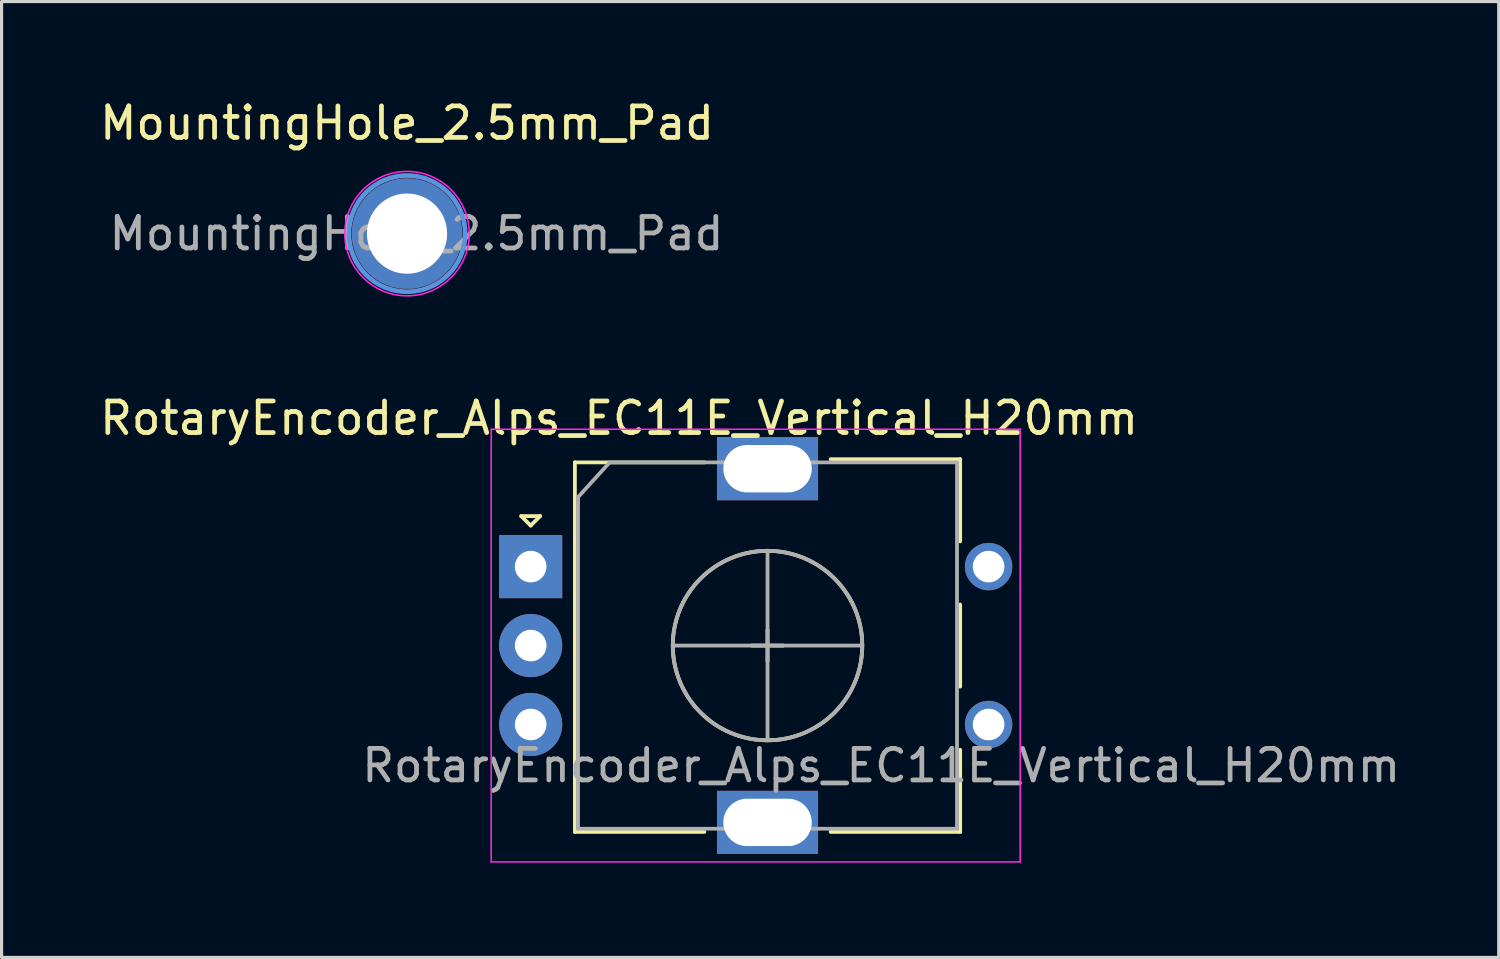
<source format=kicad_pcb>
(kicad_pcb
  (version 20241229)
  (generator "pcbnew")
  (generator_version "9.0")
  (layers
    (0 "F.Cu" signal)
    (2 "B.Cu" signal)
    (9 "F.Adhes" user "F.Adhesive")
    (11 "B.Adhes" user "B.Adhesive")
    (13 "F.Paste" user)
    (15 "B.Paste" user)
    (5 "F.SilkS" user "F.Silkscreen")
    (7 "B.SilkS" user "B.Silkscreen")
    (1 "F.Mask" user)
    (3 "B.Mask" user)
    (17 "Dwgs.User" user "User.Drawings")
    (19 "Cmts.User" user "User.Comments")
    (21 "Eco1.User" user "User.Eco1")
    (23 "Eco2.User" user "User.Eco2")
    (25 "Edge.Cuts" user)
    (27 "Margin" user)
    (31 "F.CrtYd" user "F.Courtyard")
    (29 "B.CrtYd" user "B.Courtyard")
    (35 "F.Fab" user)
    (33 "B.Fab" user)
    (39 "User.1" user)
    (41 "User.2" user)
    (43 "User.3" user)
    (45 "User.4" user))
  (footprint "MountingHole_2.5mm_Pad"
    (layer "F.Cu")
    (at 9.839 4.348)
    (property "Reference" "MountingHole_2.5mm_Pad" (at 0 -3.5 0) (layer "F.SilkS") (effects (font (size 1 1) (thickness 0.15))))
    (attr exclude_from_pos_files exclude_from_bom)
    (fp_circle (center 0 0) (end 1.84 0.03) (stroke (width 0.15) (type solid)) (fill no) (layer "Cmts.User"))
    (fp_circle (center 0 0) (end 1.97 0.01) (stroke (width 0.05) (type solid)) (fill no) (layer "F.CrtYd"))
    (fp_text user "${REFERENCE}" (at 0.3 0 0) (layer "F.Fab") (effects (font (size 1 1) (thickness 0.15))))
    (pad "1" thru_hole circle (at 0 0) (size 3.5 3.5) (drill 2.54) (layers "*.Cu" "*.Mask")))
  (footprint "RotaryEncoder_Alps_EC11E_Vertical_H20mm"
    (layer "F.Cu")
    (at 13.754 14.892)
    (property "Reference" "RotaryEncoder_Alps_EC11E_Vertical_H20mm" (at 2.8 -4.7 0) (layer "F.SilkS") (effects (font (size 1 1) (thickness 0.15))))
    (attr through_hole)
    (fp_line (start -0.3 -1.6) (end 0.3 -1.6) (stroke (width 0.12) (type solid)) (layer "F.SilkS"))
    (fp_line (start 0 -1.3) (end -0.3 -1.6) (stroke (width 0.12) (type solid)) (layer "F.SilkS"))
    (fp_line (start 0.3 -1.6) (end 0 -1.3) (stroke (width 0.12) (type solid)) (layer "F.SilkS"))
    (fp_line (start 1.4 -3.3) (end 1.4 8.4) (stroke (width 0.12) (type solid)) (layer "F.SilkS"))
    (fp_line (start 5.5 -3.3) (end 1.4 -3.3) (stroke (width 0.12) (type solid)) (layer "F.SilkS"))
    (fp_line (start 5.5 8.4) (end 1.4 8.4) (stroke (width 0.12) (type solid)) (layer "F.SilkS"))
    (fp_line (start 7 2.5) (end 8 2.5) (stroke (width 0.12) (type solid)) (layer "F.SilkS"))
    (fp_line (start 7.5 2) (end 7.5 3) (stroke (width 0.12) (type solid)) (layer "F.SilkS"))
    (fp_line (start 9.5 -3.4) (end 13.6 -3.4) (stroke (width 0.12) (type solid)) (layer "F.SilkS"))
    (fp_line (start 13.6 -3.4) (end 13.6 -0.8) (stroke (width 0.12) (type solid)) (layer "F.SilkS"))
    (fp_line (start 13.6 1.2) (end 13.6 3.8) (stroke (width 0.12) (type solid)) (layer "F.SilkS"))
    (fp_line (start 13.6 5.8) (end 13.6 8.4) (stroke (width 0.12) (type solid)) (layer "F.SilkS"))
    (fp_line (start 13.6 8.4) (end 9.5 8.4) (stroke (width 0.12) (type solid)) (layer "F.SilkS"))
    (fp_circle (center 7.5 2.5) (end 10.5 2.5) (stroke (width 0.12) (type solid)) (fill no) (layer "F.SilkS"))
    (fp_line (start -1.25 -4.35) (end -1.25 9.35) (stroke (width 0.05) (type solid)) (layer "F.CrtYd"))
    (fp_line (start -1.25 -4.35) (end 15.5 -4.35) (stroke (width 0.05) (type solid)) (layer "F.CrtYd"))
    (fp_line (start 15.5 9.35) (end -1.25 9.35) (stroke (width 0.05) (type solid)) (layer "F.CrtYd"))
    (fp_line (start 15.5 9.35) (end 15.5 -4.35) (stroke (width 0.05) (type solid)) (layer "F.CrtYd"))
    (fp_line (start 1.5 -2.2) (end 2.5 -3.3) (stroke (width 0.12) (type solid)) (layer "F.Fab"))
    (fp_line (start 1.5 8.3) (end 1.5 -2.2) (stroke (width 0.12) (type solid)) (layer "F.Fab"))
    (fp_line (start 2.5 -3.3) (end 13.5 -3.3) (stroke (width 0.12) (type solid)) (layer "F.Fab"))
    (fp_line (start 4.5 2.5) (end 10.5 2.5) (stroke (width 0.12) (type solid)) (layer "F.Fab"))
    (fp_line (start 7.5 -0.5) (end 7.5 5.5) (stroke (width 0.12) (type solid)) (layer "F.Fab"))
    (fp_line (start 13.5 -3.3) (end 13.5 8.3) (stroke (width 0.12) (type solid)) (layer "F.Fab"))
    (fp_line (start 13.5 8.3) (end 1.5 8.3) (stroke (width 0.12) (type solid)) (layer "F.Fab"))
    (fp_circle (center 7.5 2.5) (end 10.5 2.5) (stroke (width 0.12) (type solid)) (fill no) (layer "F.Fab"))
    (fp_text user "${REFERENCE}" (at 11.1 6.3 0) (layer "F.Fab") (effects (font (size 1 1) (thickness 0.15))))
    (pad "A" thru_hole rect (at 0 0) (size 2 2) (drill 1) (layers "*.Cu" "*.Mask"))
    (pad "B" thru_hole circle (at 0 5) (size 2 2) (drill 1) (layers "*.Cu" "*.Mask"))
    (pad "C" thru_hole circle (at 0 2.5) (size 2 2) (drill 1) (layers "*.Cu" "*.Mask"))
    (pad "MP" thru_hole rect (at 7.5 -3.1) (size 3.2 2) (drill oval 2.8 1.5) (layers "*.Cu" "*.Mask"))
    (pad "MP" thru_hole rect (at 7.5 8.1) (size 3.2 2) (drill oval 2.8 1.5) (layers "*.Cu" "*.Mask"))
    (pad "S1" thru_hole circle (at 14.5 0) (size 1.5 1.5) (drill 1) (layers "*.Cu" "*.Mask"))
    (pad "S2" thru_hole circle (at 14.5 5) (size 1.5 1.5) (drill 1) (layers "*.Cu" "*.Mask")))
  (gr_rect
    (start -3 -3)
    (end 44.407 27.267)
    (stroke (width 0.1) (type default))
    (fill no)
    (layer "Edge.Cuts")))
</source>
